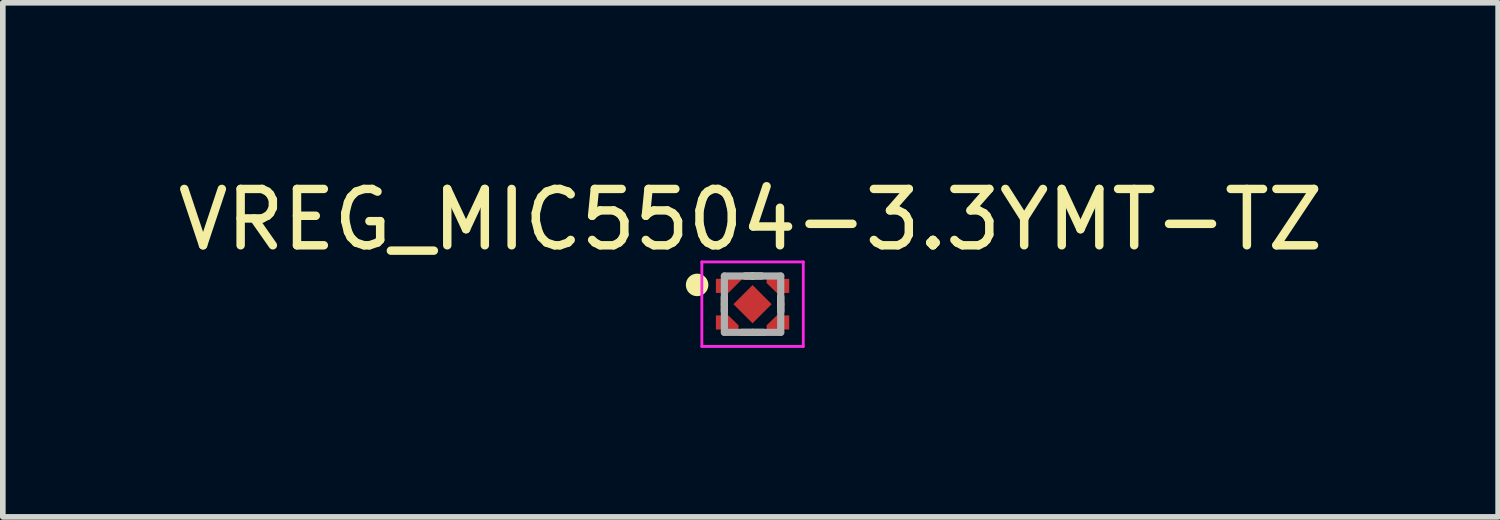
<source format=kicad_pcb>
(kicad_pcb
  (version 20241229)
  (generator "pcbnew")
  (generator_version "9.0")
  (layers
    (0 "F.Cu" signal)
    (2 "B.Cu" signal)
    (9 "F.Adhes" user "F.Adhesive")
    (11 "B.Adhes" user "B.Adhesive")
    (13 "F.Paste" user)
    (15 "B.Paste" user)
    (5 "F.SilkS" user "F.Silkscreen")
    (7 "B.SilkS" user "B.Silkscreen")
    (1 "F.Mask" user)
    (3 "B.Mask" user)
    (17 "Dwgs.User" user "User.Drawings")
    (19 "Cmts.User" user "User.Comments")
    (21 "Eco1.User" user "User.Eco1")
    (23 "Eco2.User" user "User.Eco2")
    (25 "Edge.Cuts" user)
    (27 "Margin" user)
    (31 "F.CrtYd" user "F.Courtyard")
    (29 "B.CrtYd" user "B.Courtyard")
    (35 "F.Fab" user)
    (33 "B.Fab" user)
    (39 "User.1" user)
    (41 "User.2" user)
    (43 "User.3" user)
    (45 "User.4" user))
  (footprint "VREG_MIC5504-3.3YMT-TZ"
    (layer "F.Cu")
    (at 10.305 2.348)
    (property "Reference" "VREG_MIC5504-3.3YMT-TZ" (at -0.037 -1.5 0) (layer "F.SilkS") (effects (font (size 1 1) (thickness 0.15))))
    (attr smd)
    (fp_line (start -0.501 -0.127) (end -0.5 0) (stroke (width 0.127) (type solid)) (layer "F.SilkS"))
    (fp_line (start -0.5 0) (end -0.501 0.129) (stroke (width 0.127) (type solid)) (layer "F.SilkS"))
    (fp_line (start -0.006 0.5) (end -0.195 0.5) (stroke (width 0.127) (type solid)) (layer "F.SilkS"))
    (fp_line (start 0 -0.5) (end -0.136 -0.5) (stroke (width 0.127) (type solid)) (layer "F.SilkS"))
    (fp_line (start 0 -0.5) (end 0.161 -0.501) (stroke (width 0.127) (type solid)) (layer "F.SilkS"))
    (fp_line (start 0 0.5) (end 0.192 0.5) (stroke (width 0.127) (type solid)) (layer "F.SilkS"))
    (fp_line (start 0.5 -0.13) (end 0.5 0) (stroke (width 0.127) (type solid)) (layer "F.SilkS"))
    (fp_line (start 0.5 0) (end 0.501 0.129) (stroke (width 0.127) (type solid)) (layer "F.SilkS"))
    (fp_circle (center -0.984 -0.342) (end -0.884 -0.342) (stroke (width 0.2) (type solid)) (fill no) (layer "F.SilkS"))
    (fp_poly (pts (xy -0.43 -0.2) (xy -0.18 -0.45) (xy -0.65 -0.45) (xy -0.65 -0.2)) (stroke (width 0.001) (type solid)) (fill yes) (layer "F.Paste"))
    (fp_poly (pts (xy -0.43 0.2) (xy -0.25 0.375) (xy -0.25 0.45) (xy -0.65 0.45) (xy -0.65 0.2)) (stroke (width 0.001) (type solid)) (fill yes) (layer "F.Paste"))
    (fp_poly (pts (xy 0.43 -0.2) (xy 0.25 -0.375) (xy 0.25 -0.45) (xy 0.65 -0.45) (xy 0.65 -0.2)) (stroke (width 0.001) (type solid)) (fill yes) (layer "F.Paste"))
    (fp_poly (pts (xy 0.43 0.2) (xy 0.25 0.375) (xy 0.25 0.45) (xy 0.65 0.45) (xy 0.65 0.2)) (stroke (width 0.001) (type solid)) (fill yes) (layer "F.Paste"))
    (fp_line (start -0.9 -0.75) (end -0.9 0.75) (stroke (width 0.05) (type solid)) (layer "F.CrtYd"))
    (fp_line (start -0.9 0.75) (end 0.9 0.75) (stroke (width 0.05) (type solid)) (layer "F.CrtYd"))
    (fp_line (start 0.9 -0.75) (end -0.9 -0.75) (stroke (width 0.05) (type solid)) (layer "F.CrtYd"))
    (fp_line (start 0.9 0.75) (end 0.9 -0.75) (stroke (width 0.05) (type solid)) (layer "F.CrtYd"))
    (fp_line (start -0.5 -0.5) (end -0.5 0.5) (stroke (width 0.127) (type solid)) (layer "F.Fab"))
    (fp_line (start -0.5 0.5) (end 0.5 0.5) (stroke (width 0.127) (type solid)) (layer "F.Fab"))
    (fp_line (start 0.5 -0.5) (end -0.5 -0.5) (stroke (width 0.127) (type solid)) (layer "F.Fab"))
    (fp_line (start 0.5 0.5) (end 0.5 -0.5) (stroke (width 0.127) (type solid)) (layer "F.Fab"))
    (pad "1" smd custom (at -0.51 -0.327) (size 0.1 0.1) (layers "F.Cu" "F.Mask" "F.Paste") (options (anchor rect)) (primitives (gr_poly (pts (xy 0.08 0.127) (xy 0.33 -0.123) (xy -0.14 -0.123) (xy -0.14 0.127)) (width 0.001) (fill yes))))
    (pad "2" smd custom (at -0.513 0.339) (size 0.1 0.1) (layers "F.Cu" "F.Mask" "F.Paste") (options (anchor rect)) (primitives (gr_poly (pts (xy 0.083 -0.139) (xy 0.263 0.036) (xy 0.263 0.111) (xy -0.137 0.111) (xy -0.137 -0.139)) (width 0.001) (fill yes))))
    (pad "3" smd custom (at 0.518 0.346) (size 0.1 0.1) (layers "F.Cu" "F.Mask" "F.Paste") (options (anchor rect)) (primitives (gr_poly (pts (xy -0.088 -0.146) (xy -0.268 0.029) (xy -0.268 0.104) (xy 0.132 0.104) (xy 0.132 -0.146)) (width 0.001) (fill yes))))
    (pad "4" smd custom (at 0.512 -0.329) (size 0.1 0.1) (layers "F.Cu" "F.Mask" "F.Paste") (options (anchor rect)) (primitives (gr_poly (pts (xy -0.082 0.129) (xy -0.262 -0.046) (xy -0.262 -0.121) (xy 0.138 -0.121) (xy 0.138 0.129)) (width 0.001) (fill yes))))
    (pad "5" smd rect (at 0 0 315) (size 0.48 0.48) (layers "F.Cu" "F.Mask" "F.Paste")))
  (gr_rect
    (start -3 -3)
    (end 23.536 6.123)
    (stroke (width 0.1) (type default))
    (fill no)
    (layer "Edge.Cuts")))
</source>
